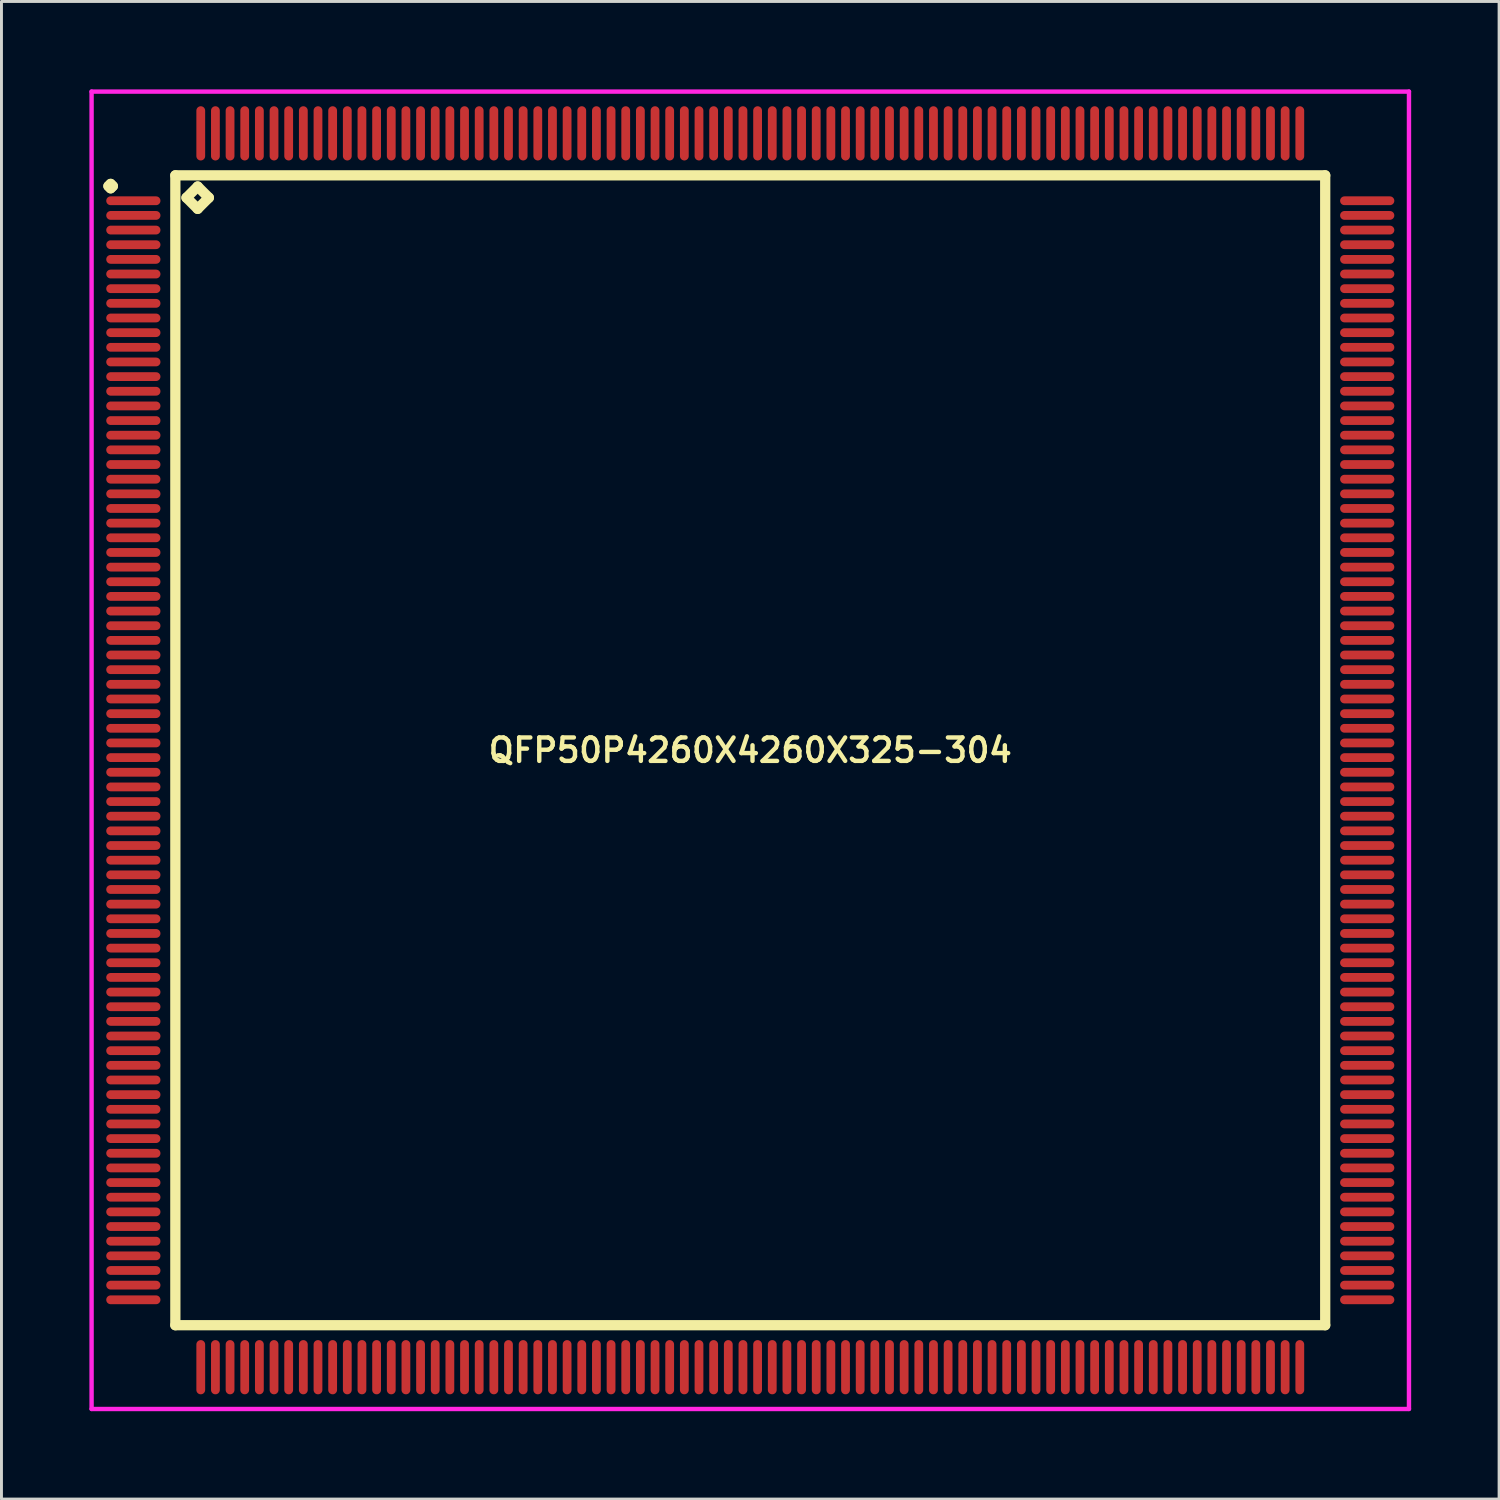
<source format=kicad_pcb>
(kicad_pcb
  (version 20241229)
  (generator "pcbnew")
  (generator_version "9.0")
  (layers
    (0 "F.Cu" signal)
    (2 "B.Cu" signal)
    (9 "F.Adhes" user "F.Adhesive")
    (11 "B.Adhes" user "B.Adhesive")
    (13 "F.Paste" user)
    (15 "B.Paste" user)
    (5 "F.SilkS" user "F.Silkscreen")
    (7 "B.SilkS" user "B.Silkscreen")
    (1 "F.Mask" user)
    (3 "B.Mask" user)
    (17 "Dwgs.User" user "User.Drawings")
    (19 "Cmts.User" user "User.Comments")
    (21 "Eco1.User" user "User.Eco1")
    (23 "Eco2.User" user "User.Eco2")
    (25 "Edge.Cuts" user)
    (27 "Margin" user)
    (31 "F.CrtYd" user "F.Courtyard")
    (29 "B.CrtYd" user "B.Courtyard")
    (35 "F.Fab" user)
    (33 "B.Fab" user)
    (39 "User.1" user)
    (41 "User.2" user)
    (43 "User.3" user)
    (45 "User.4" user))
  (footprint "QFP50P4260X4260X325-304"
    (layer "F.Cu")
    (at 22.55 22.55)
    (property "Reference" "QFP50P4260X4260X325-304" (at 0 0 0) (layer "F.SilkS") (effects (font (size 0.8 0.8) (thickness 0.15))))
    (attr smd)
    (fp_line (start -21.9 -19.25) (end -21.825 -19.325) (stroke (width 0.35) (type solid)) (layer "F.SilkS"))
    (fp_line (start -21.825 -19.325) (end -21.75 -19.25) (stroke (width 0.35) (type solid)) (layer "F.SilkS"))
    (fp_line (start -21.825 -19.175) (end -21.9 -19.25) (stroke (width 0.35) (type solid)) (layer "F.SilkS"))
    (fp_line (start -21.75 -19.25) (end -21.825 -19.175) (stroke (width 0.35) (type solid)) (layer "F.SilkS"))
    (fp_line (start -19.617 -19.617) (end -19.617 19.617) (stroke (width 0.35) (type solid)) (layer "F.SilkS"))
    (fp_line (start -19.617 19.617) (end 19.617 19.617) (stroke (width 0.35) (type solid)) (layer "F.SilkS"))
    (fp_line (start -19.236 -18.855) (end -18.855 -19.236) (stroke (width 0.35) (type solid)) (layer "F.SilkS"))
    (fp_line (start -18.855 -19.236) (end -18.474 -18.855) (stroke (width 0.35) (type solid)) (layer "F.SilkS"))
    (fp_line (start -18.855 -18.474) (end -19.236 -18.855) (stroke (width 0.35) (type solid)) (layer "F.SilkS"))
    (fp_line (start -18.474 -18.855) (end -18.855 -18.474) (stroke (width 0.35) (type solid)) (layer "F.SilkS"))
    (fp_line (start 19.617 -19.617) (end -19.617 -19.617) (stroke (width 0.35) (type solid)) (layer "F.SilkS"))
    (fp_line (start 19.617 19.617) (end 19.617 -19.617) (stroke (width 0.35) (type solid)) (layer "F.SilkS"))
    (fp_line (start -22.475 -22.475) (end 22.475 -22.475) (stroke (width 0.15) (type solid)) (layer "F.CrtYd"))
    (fp_line (start -22.475 22.475) (end -22.475 -22.475) (stroke (width 0.15) (type solid)) (layer "F.CrtYd"))
    (fp_line (start 22.475 -22.475) (end 22.475 22.475) (stroke (width 0.15) (type solid)) (layer "F.CrtYd"))
    (fp_line (start 22.475 22.475) (end -22.475 22.475) (stroke (width 0.15) (type solid)) (layer "F.CrtYd"))
    (pad "1" smd oval (at -21.05 -18.75) (size 1.85 0.3) (layers "F.Cu" "F.Mask" "F.Paste"))
    (pad "2" smd oval (at -21.05 -18.25) (size 1.85 0.3) (layers "F.Cu" "F.Mask" "F.Paste"))
    (pad "3" smd oval (at -21.05 -17.75) (size 1.85 0.3) (layers "F.Cu" "F.Mask" "F.Paste"))
    (pad "4" smd oval (at -21.05 -17.25) (size 1.85 0.3) (layers "F.Cu" "F.Mask" "F.Paste"))
    (pad "5" smd oval (at -21.05 -16.75) (size 1.85 0.3) (layers "F.Cu" "F.Mask" "F.Paste"))
    (pad "6" smd oval (at -21.05 -16.25) (size 1.85 0.3) (layers "F.Cu" "F.Mask" "F.Paste"))
    (pad "7" smd oval (at -21.05 -15.75) (size 1.85 0.3) (layers "F.Cu" "F.Mask" "F.Paste"))
    (pad "8" smd oval (at -21.05 -15.25) (size 1.85 0.3) (layers "F.Cu" "F.Mask" "F.Paste"))
    (pad "9" smd oval (at -21.05 -14.75) (size 1.85 0.3) (layers "F.Cu" "F.Mask" "F.Paste"))
    (pad "10" smd oval (at -21.05 -14.25) (size 1.85 0.3) (layers "F.Cu" "F.Mask" "F.Paste"))
    (pad "11" smd oval (at -21.05 -13.75) (size 1.85 0.3) (layers "F.Cu" "F.Mask" "F.Paste"))
    (pad "12" smd oval (at -21.05 -13.25) (size 1.85 0.3) (layers "F.Cu" "F.Mask" "F.Paste"))
    (pad "13" smd oval (at -21.05 -12.75) (size 1.85 0.3) (layers "F.Cu" "F.Mask" "F.Paste"))
    (pad "14" smd oval (at -21.05 -12.25) (size 1.85 0.3) (layers "F.Cu" "F.Mask" "F.Paste"))
    (pad "15" smd oval (at -21.05 -11.75) (size 1.85 0.3) (layers "F.Cu" "F.Mask" "F.Paste"))
    (pad "16" smd oval (at -21.05 -11.25) (size 1.85 0.3) (layers "F.Cu" "F.Mask" "F.Paste"))
    (pad "17" smd oval (at -21.05 -10.75) (size 1.85 0.3) (layers "F.Cu" "F.Mask" "F.Paste"))
    (pad "18" smd oval (at -21.05 -10.25) (size 1.85 0.3) (layers "F.Cu" "F.Mask" "F.Paste"))
    (pad "19" smd oval (at -21.05 -9.75) (size 1.85 0.3) (layers "F.Cu" "F.Mask" "F.Paste"))
    (pad "20" smd oval (at -21.05 -9.25) (size 1.85 0.3) (layers "F.Cu" "F.Mask" "F.Paste"))
    (pad "21" smd oval (at -21.05 -8.75) (size 1.85 0.3) (layers "F.Cu" "F.Mask" "F.Paste"))
    (pad "22" smd oval (at -21.05 -8.25) (size 1.85 0.3) (layers "F.Cu" "F.Mask" "F.Paste"))
    (pad "23" smd oval (at -21.05 -7.75) (size 1.85 0.3) (layers "F.Cu" "F.Mask" "F.Paste"))
    (pad "24" smd oval (at -21.05 -7.25) (size 1.85 0.3) (layers "F.Cu" "F.Mask" "F.Paste"))
    (pad "25" smd oval (at -21.05 -6.75) (size 1.85 0.3) (layers "F.Cu" "F.Mask" "F.Paste"))
    (pad "26" smd oval (at -21.05 -6.25) (size 1.85 0.3) (layers "F.Cu" "F.Mask" "F.Paste"))
    (pad "27" smd oval (at -21.05 -5.75) (size 1.85 0.3) (layers "F.Cu" "F.Mask" "F.Paste"))
    (pad "28" smd oval (at -21.05 -5.25) (size 1.85 0.3) (layers "F.Cu" "F.Mask" "F.Paste"))
    (pad "29" smd oval (at -21.05 -4.75) (size 1.85 0.3) (layers "F.Cu" "F.Mask" "F.Paste"))
    (pad "30" smd oval (at -21.05 -4.25) (size 1.85 0.3) (layers "F.Cu" "F.Mask" "F.Paste"))
    (pad "31" smd oval (at -21.05 -3.75) (size 1.85 0.3) (layers "F.Cu" "F.Mask" "F.Paste"))
    (pad "32" smd oval (at -21.05 -3.25) (size 1.85 0.3) (layers "F.Cu" "F.Mask" "F.Paste"))
    (pad "33" smd oval (at -21.05 -2.75) (size 1.85 0.3) (layers "F.Cu" "F.Mask" "F.Paste"))
    (pad "34" smd oval (at -21.05 -2.25) (size 1.85 0.3) (layers "F.Cu" "F.Mask" "F.Paste"))
    (pad "35" smd oval (at -21.05 -1.75) (size 1.85 0.3) (layers "F.Cu" "F.Mask" "F.Paste"))
    (pad "36" smd oval (at -21.05 -1.25) (size 1.85 0.3) (layers "F.Cu" "F.Mask" "F.Paste"))
    (pad "37" smd oval (at -21.05 -0.75) (size 1.85 0.3) (layers "F.Cu" "F.Mask" "F.Paste"))
    (pad "38" smd oval (at -21.05 -0.25) (size 1.85 0.3) (layers "F.Cu" "F.Mask" "F.Paste"))
    (pad "39" smd oval (at -21.05 0.25) (size 1.85 0.3) (layers "F.Cu" "F.Mask" "F.Paste"))
    (pad "40" smd oval (at -21.05 0.75) (size 1.85 0.3) (layers "F.Cu" "F.Mask" "F.Paste"))
    (pad "41" smd oval (at -21.05 1.25) (size 1.85 0.3) (layers "F.Cu" "F.Mask" "F.Paste"))
    (pad "42" smd oval (at -21.05 1.75) (size 1.85 0.3) (layers "F.Cu" "F.Mask" "F.Paste"))
    (pad "43" smd oval (at -21.05 2.25) (size 1.85 0.3) (layers "F.Cu" "F.Mask" "F.Paste"))
    (pad "44" smd oval (at -21.05 2.75) (size 1.85 0.3) (layers "F.Cu" "F.Mask" "F.Paste"))
    (pad "45" smd oval (at -21.05 3.25) (size 1.85 0.3) (layers "F.Cu" "F.Mask" "F.Paste"))
    (pad "46" smd oval (at -21.05 3.75) (size 1.85 0.3) (layers "F.Cu" "F.Mask" "F.Paste"))
    (pad "47" smd oval (at -21.05 4.25) (size 1.85 0.3) (layers "F.Cu" "F.Mask" "F.Paste"))
    (pad "48" smd oval (at -21.05 4.75) (size 1.85 0.3) (layers "F.Cu" "F.Mask" "F.Paste"))
    (pad "49" smd oval (at -21.05 5.25) (size 1.85 0.3) (layers "F.Cu" "F.Mask" "F.Paste"))
    (pad "50" smd oval (at -21.05 5.75) (size 1.85 0.3) (layers "F.Cu" "F.Mask" "F.Paste"))
    (pad "51" smd oval (at -21.05 6.25) (size 1.85 0.3) (layers "F.Cu" "F.Mask" "F.Paste"))
    (pad "52" smd oval (at -21.05 6.75) (size 1.85 0.3) (layers "F.Cu" "F.Mask" "F.Paste"))
    (pad "53" smd oval (at -21.05 7.25) (size 1.85 0.3) (layers "F.Cu" "F.Mask" "F.Paste"))
    (pad "54" smd oval (at -21.05 7.75) (size 1.85 0.3) (layers "F.Cu" "F.Mask" "F.Paste"))
    (pad "55" smd oval (at -21.05 8.25) (size 1.85 0.3) (layers "F.Cu" "F.Mask" "F.Paste"))
    (pad "56" smd oval (at -21.05 8.75) (size 1.85 0.3) (layers "F.Cu" "F.Mask" "F.Paste"))
    (pad "57" smd oval (at -21.05 9.25) (size 1.85 0.3) (layers "F.Cu" "F.Mask" "F.Paste"))
    (pad "58" smd oval (at -21.05 9.75) (size 1.85 0.3) (layers "F.Cu" "F.Mask" "F.Paste"))
    (pad "59" smd oval (at -21.05 10.25) (size 1.85 0.3) (layers "F.Cu" "F.Mask" "F.Paste"))
    (pad "60" smd oval (at -21.05 10.75) (size 1.85 0.3) (layers "F.Cu" "F.Mask" "F.Paste"))
    (pad "61" smd oval (at -21.05 11.25) (size 1.85 0.3) (layers "F.Cu" "F.Mask" "F.Paste"))
    (pad "62" smd oval (at -21.05 11.75) (size 1.85 0.3) (layers "F.Cu" "F.Mask" "F.Paste"))
    (pad "63" smd oval (at -21.05 12.25) (size 1.85 0.3) (layers "F.Cu" "F.Mask" "F.Paste"))
    (pad "64" smd oval (at -21.05 12.75) (size 1.85 0.3) (layers "F.Cu" "F.Mask" "F.Paste"))
    (pad "65" smd oval (at -21.05 13.25) (size 1.85 0.3) (layers "F.Cu" "F.Mask" "F.Paste"))
    (pad "66" smd oval (at -21.05 13.75) (size 1.85 0.3) (layers "F.Cu" "F.Mask" "F.Paste"))
    (pad "67" smd oval (at -21.05 14.25) (size 1.85 0.3) (layers "F.Cu" "F.Mask" "F.Paste"))
    (pad "68" smd oval (at -21.05 14.75) (size 1.85 0.3) (layers "F.Cu" "F.Mask" "F.Paste"))
    (pad "69" smd oval (at -21.05 15.25) (size 1.85 0.3) (layers "F.Cu" "F.Mask" "F.Paste"))
    (pad "70" smd oval (at -21.05 15.75) (size 1.85 0.3) (layers "F.Cu" "F.Mask" "F.Paste"))
    (pad "71" smd oval (at -21.05 16.25) (size 1.85 0.3) (layers "F.Cu" "F.Mask" "F.Paste"))
    (pad "72" smd oval (at -21.05 16.75) (size 1.85 0.3) (layers "F.Cu" "F.Mask" "F.Paste"))
    (pad "73" smd oval (at -21.05 17.25) (size 1.85 0.3) (layers "F.Cu" "F.Mask" "F.Paste"))
    (pad "74" smd oval (at -21.05 17.75) (size 1.85 0.3) (layers "F.Cu" "F.Mask" "F.Paste"))
    (pad "75" smd oval (at -21.05 18.25) (size 1.85 0.3) (layers "F.Cu" "F.Mask" "F.Paste"))
    (pad "76" smd oval (at -21.05 18.75) (size 1.85 0.3) (layers "F.Cu" "F.Mask" "F.Paste"))
    (pad "77" smd oval (at -18.75 21.05) (size 0.3 1.85) (layers "F.Cu" "F.Mask" "F.Paste"))
    (pad "78" smd oval (at -18.25 21.05) (size 0.3 1.85) (layers "F.Cu" "F.Mask" "F.Paste"))
    (pad "79" smd oval (at -17.75 21.05) (size 0.3 1.85) (layers "F.Cu" "F.Mask" "F.Paste"))
    (pad "80" smd oval (at -17.25 21.05) (size 0.3 1.85) (layers "F.Cu" "F.Mask" "F.Paste"))
    (pad "81" smd oval (at -16.75 21.05) (size 0.3 1.85) (layers "F.Cu" "F.Mask" "F.Paste"))
    (pad "82" smd oval (at -16.25 21.05) (size 0.3 1.85) (layers "F.Cu" "F.Mask" "F.Paste"))
    (pad "83" smd oval (at -15.75 21.05) (size 0.3 1.85) (layers "F.Cu" "F.Mask" "F.Paste"))
    (pad "84" smd oval (at -15.25 21.05) (size 0.3 1.85) (layers "F.Cu" "F.Mask" "F.Paste"))
    (pad "85" smd oval (at -14.75 21.05) (size 0.3 1.85) (layers "F.Cu" "F.Mask" "F.Paste"))
    (pad "86" smd oval (at -14.25 21.05) (size 0.3 1.85) (layers "F.Cu" "F.Mask" "F.Paste"))
    (pad "87" smd oval (at -13.75 21.05) (size 0.3 1.85) (layers "F.Cu" "F.Mask" "F.Paste"))
    (pad "88" smd oval (at -13.25 21.05) (size 0.3 1.85) (layers "F.Cu" "F.Mask" "F.Paste"))
    (pad "89" smd oval (at -12.75 21.05) (size 0.3 1.85) (layers "F.Cu" "F.Mask" "F.Paste"))
    (pad "90" smd oval (at -12.25 21.05) (size 0.3 1.85) (layers "F.Cu" "F.Mask" "F.Paste"))
    (pad "91" smd oval (at -11.75 21.05) (size 0.3 1.85) (layers "F.Cu" "F.Mask" "F.Paste"))
    (pad "92" smd oval (at -11.25 21.05) (size 0.3 1.85) (layers "F.Cu" "F.Mask" "F.Paste"))
    (pad "93" smd oval (at -10.75 21.05) (size 0.3 1.85) (layers "F.Cu" "F.Mask" "F.Paste"))
    (pad "94" smd oval (at -10.25 21.05) (size 0.3 1.85) (layers "F.Cu" "F.Mask" "F.Paste"))
    (pad "95" smd oval (at -9.75 21.05) (size 0.3 1.85) (layers "F.Cu" "F.Mask" "F.Paste"))
    (pad "96" smd oval (at -9.25 21.05) (size 0.3 1.85) (layers "F.Cu" "F.Mask" "F.Paste"))
    (pad "97" smd oval (at -8.75 21.05) (size 0.3 1.85) (layers "F.Cu" "F.Mask" "F.Paste"))
    (pad "98" smd oval (at -8.25 21.05) (size 0.3 1.85) (layers "F.Cu" "F.Mask" "F.Paste"))
    (pad "99" smd oval (at -7.75 21.05) (size 0.3 1.85) (layers "F.Cu" "F.Mask" "F.Paste"))
    (pad "100" smd oval (at -7.25 21.05) (size 0.3 1.85) (layers "F.Cu" "F.Mask" "F.Paste"))
    (pad "101" smd oval (at -6.75 21.05) (size 0.3 1.85) (layers "F.Cu" "F.Mask" "F.Paste"))
    (pad "102" smd oval (at -6.25 21.05) (size 0.3 1.85) (layers "F.Cu" "F.Mask" "F.Paste"))
    (pad "103" smd oval (at -5.75 21.05) (size 0.3 1.85) (layers "F.Cu" "F.Mask" "F.Paste"))
    (pad "104" smd oval (at -5.25 21.05) (size 0.3 1.85) (layers "F.Cu" "F.Mask" "F.Paste"))
    (pad "105" smd oval (at -4.75 21.05) (size 0.3 1.85) (layers "F.Cu" "F.Mask" "F.Paste"))
    (pad "106" smd oval (at -4.25 21.05) (size 0.3 1.85) (layers "F.Cu" "F.Mask" "F.Paste"))
    (pad "107" smd oval (at -3.75 21.05) (size 0.3 1.85) (layers "F.Cu" "F.Mask" "F.Paste"))
    (pad "108" smd oval (at -3.25 21.05) (size 0.3 1.85) (layers "F.Cu" "F.Mask" "F.Paste"))
    (pad "109" smd oval (at -2.75 21.05) (size 0.3 1.85) (layers "F.Cu" "F.Mask" "F.Paste"))
    (pad "110" smd oval (at -2.25 21.05) (size 0.3 1.85) (layers "F.Cu" "F.Mask" "F.Paste"))
    (pad "111" smd oval (at -1.75 21.05) (size 0.3 1.85) (layers "F.Cu" "F.Mask" "F.Paste"))
    (pad "112" smd oval (at -1.25 21.05) (size 0.3 1.85) (layers "F.Cu" "F.Mask" "F.Paste"))
    (pad "113" smd oval (at -0.75 21.05) (size 0.3 1.85) (layers "F.Cu" "F.Mask" "F.Paste"))
    (pad "114" smd oval (at -0.25 21.05) (size 0.3 1.85) (layers "F.Cu" "F.Mask" "F.Paste"))
    (pad "115" smd oval (at 0.25 21.05) (size 0.3 1.85) (layers "F.Cu" "F.Mask" "F.Paste"))
    (pad "116" smd oval (at 0.75 21.05) (size 0.3 1.85) (layers "F.Cu" "F.Mask" "F.Paste"))
    (pad "117" smd oval (at 1.25 21.05) (size 0.3 1.85) (layers "F.Cu" "F.Mask" "F.Paste"))
    (pad "118" smd oval (at 1.75 21.05) (size 0.3 1.85) (layers "F.Cu" "F.Mask" "F.Paste"))
    (pad "119" smd oval (at 2.25 21.05) (size 0.3 1.85) (layers "F.Cu" "F.Mask" "F.Paste"))
    (pad "120" smd oval (at 2.75 21.05) (size 0.3 1.85) (layers "F.Cu" "F.Mask" "F.Paste"))
    (pad "121" smd oval (at 3.25 21.05) (size 0.3 1.85) (layers "F.Cu" "F.Mask" "F.Paste"))
    (pad "122" smd oval (at 3.75 21.05) (size 0.3 1.85) (layers "F.Cu" "F.Mask" "F.Paste"))
    (pad "123" smd oval (at 4.25 21.05) (size 0.3 1.85) (layers "F.Cu" "F.Mask" "F.Paste"))
    (pad "124" smd oval (at 4.75 21.05) (size 0.3 1.85) (layers "F.Cu" "F.Mask" "F.Paste"))
    (pad "125" smd oval (at 5.25 21.05) (size 0.3 1.85) (layers "F.Cu" "F.Mask" "F.Paste"))
    (pad "126" smd oval (at 5.75 21.05) (size 0.3 1.85) (layers "F.Cu" "F.Mask" "F.Paste"))
    (pad "127" smd oval (at 6.25 21.05) (size 0.3 1.85) (layers "F.Cu" "F.Mask" "F.Paste"))
    (pad "128" smd oval (at 6.75 21.05) (size 0.3 1.85) (layers "F.Cu" "F.Mask" "F.Paste"))
    (pad "129" smd oval (at 7.25 21.05) (size 0.3 1.85) (layers "F.Cu" "F.Mask" "F.Paste"))
    (pad "130" smd oval (at 7.75 21.05) (size 0.3 1.85) (layers "F.Cu" "F.Mask" "F.Paste"))
    (pad "131" smd oval (at 8.25 21.05) (size 0.3 1.85) (layers "F.Cu" "F.Mask" "F.Paste"))
    (pad "132" smd oval (at 8.75 21.05) (size 0.3 1.85) (layers "F.Cu" "F.Mask" "F.Paste"))
    (pad "133" smd oval (at 9.25 21.05) (size 0.3 1.85) (layers "F.Cu" "F.Mask" "F.Paste"))
    (pad "134" smd oval (at 9.75 21.05) (size 0.3 1.85) (layers "F.Cu" "F.Mask" "F.Paste"))
    (pad "135" smd oval (at 10.25 21.05) (size 0.3 1.85) (layers "F.Cu" "F.Mask" "F.Paste"))
    (pad "136" smd oval (at 10.75 21.05) (size 0.3 1.85) (layers "F.Cu" "F.Mask" "F.Paste"))
    (pad "137" smd oval (at 11.25 21.05) (size 0.3 1.85) (layers "F.Cu" "F.Mask" "F.Paste"))
    (pad "138" smd oval (at 11.75 21.05) (size 0.3 1.85) (layers "F.Cu" "F.Mask" "F.Paste"))
    (pad "139" smd oval (at 12.25 21.05) (size 0.3 1.85) (layers "F.Cu" "F.Mask" "F.Paste"))
    (pad "140" smd oval (at 12.75 21.05) (size 0.3 1.85) (layers "F.Cu" "F.Mask" "F.Paste"))
    (pad "141" smd oval (at 13.25 21.05) (size 0.3 1.85) (layers "F.Cu" "F.Mask" "F.Paste"))
    (pad "142" smd oval (at 13.75 21.05) (size 0.3 1.85) (layers "F.Cu" "F.Mask" "F.Paste"))
    (pad "143" smd oval (at 14.25 21.05) (size 0.3 1.85) (layers "F.Cu" "F.Mask" "F.Paste"))
    (pad "144" smd oval (at 14.75 21.05) (size 0.3 1.85) (layers "F.Cu" "F.Mask" "F.Paste"))
    (pad "145" smd oval (at 15.25 21.05) (size 0.3 1.85) (layers "F.Cu" "F.Mask" "F.Paste"))
    (pad "146" smd oval (at 15.75 21.05) (size 0.3 1.85) (layers "F.Cu" "F.Mask" "F.Paste"))
    (pad "147" smd oval (at 16.25 21.05) (size 0.3 1.85) (layers "F.Cu" "F.Mask" "F.Paste"))
    (pad "148" smd oval (at 16.75 21.05) (size 0.3 1.85) (layers "F.Cu" "F.Mask" "F.Paste"))
    (pad "149" smd oval (at 17.25 21.05) (size 0.3 1.85) (layers "F.Cu" "F.Mask" "F.Paste"))
    (pad "150" smd oval (at 17.75 21.05) (size 0.3 1.85) (layers "F.Cu" "F.Mask" "F.Paste"))
    (pad "151" smd oval (at 18.25 21.05) (size 0.3 1.85) (layers "F.Cu" "F.Mask" "F.Paste"))
    (pad "152" smd oval (at 18.75 21.05) (size 0.3 1.85) (layers "F.Cu" "F.Mask" "F.Paste"))
    (pad "153" smd oval (at 21.05 18.75) (size 1.85 0.3) (layers "F.Cu" "F.Mask" "F.Paste"))
    (pad "154" smd oval (at 21.05 18.25) (size 1.85 0.3) (layers "F.Cu" "F.Mask" "F.Paste"))
    (pad "155" smd oval (at 21.05 17.75) (size 1.85 0.3) (layers "F.Cu" "F.Mask" "F.Paste"))
    (pad "156" smd oval (at 21.05 17.25) (size 1.85 0.3) (layers "F.Cu" "F.Mask" "F.Paste"))
    (pad "157" smd oval (at 21.05 16.75) (size 1.85 0.3) (layers "F.Cu" "F.Mask" "F.Paste"))
    (pad "158" smd oval (at 21.05 16.25) (size 1.85 0.3) (layers "F.Cu" "F.Mask" "F.Paste"))
    (pad "159" smd oval (at 21.05 15.75) (size 1.85 0.3) (layers "F.Cu" "F.Mask" "F.Paste"))
    (pad "160" smd oval (at 21.05 15.25) (size 1.85 0.3) (layers "F.Cu" "F.Mask" "F.Paste"))
    (pad "161" smd oval (at 21.05 14.75) (size 1.85 0.3) (layers "F.Cu" "F.Mask" "F.Paste"))
    (pad "162" smd oval (at 21.05 14.25) (size 1.85 0.3) (layers "F.Cu" "F.Mask" "F.Paste"))
    (pad "163" smd oval (at 21.05 13.75) (size 1.85 0.3) (layers "F.Cu" "F.Mask" "F.Paste"))
    (pad "164" smd oval (at 21.05 13.25) (size 1.85 0.3) (layers "F.Cu" "F.Mask" "F.Paste"))
    (pad "165" smd oval (at 21.05 12.75) (size 1.85 0.3) (layers "F.Cu" "F.Mask" "F.Paste"))
    (pad "166" smd oval (at 21.05 12.25) (size 1.85 0.3) (layers "F.Cu" "F.Mask" "F.Paste"))
    (pad "167" smd oval (at 21.05 11.75) (size 1.85 0.3) (layers "F.Cu" "F.Mask" "F.Paste"))
    (pad "168" smd oval (at 21.05 11.25) (size 1.85 0.3) (layers "F.Cu" "F.Mask" "F.Paste"))
    (pad "169" smd oval (at 21.05 10.75) (size 1.85 0.3) (layers "F.Cu" "F.Mask" "F.Paste"))
    (pad "170" smd oval (at 21.05 10.25) (size 1.85 0.3) (layers "F.Cu" "F.Mask" "F.Paste"))
    (pad "171" smd oval (at 21.05 9.75) (size 1.85 0.3) (layers "F.Cu" "F.Mask" "F.Paste"))
    (pad "172" smd oval (at 21.05 9.25) (size 1.85 0.3) (layers "F.Cu" "F.Mask" "F.Paste"))
    (pad "173" smd oval (at 21.05 8.75) (size 1.85 0.3) (layers "F.Cu" "F.Mask" "F.Paste"))
    (pad "174" smd oval (at 21.05 8.25) (size 1.85 0.3) (layers "F.Cu" "F.Mask" "F.Paste"))
    (pad "175" smd oval (at 21.05 7.75) (size 1.85 0.3) (layers "F.Cu" "F.Mask" "F.Paste"))
    (pad "176" smd oval (at 21.05 7.25) (size 1.85 0.3) (layers "F.Cu" "F.Mask" "F.Paste"))
    (pad "177" smd oval (at 21.05 6.75) (size 1.85 0.3) (layers "F.Cu" "F.Mask" "F.Paste"))
    (pad "178" smd oval (at 21.05 6.25) (size 1.85 0.3) (layers "F.Cu" "F.Mask" "F.Paste"))
    (pad "179" smd oval (at 21.05 5.75) (size 1.85 0.3) (layers "F.Cu" "F.Mask" "F.Paste"))
    (pad "180" smd oval (at 21.05 5.25) (size 1.85 0.3) (layers "F.Cu" "F.Mask" "F.Paste"))
    (pad "181" smd oval (at 21.05 4.75) (size 1.85 0.3) (layers "F.Cu" "F.Mask" "F.Paste"))
    (pad "182" smd oval (at 21.05 4.25) (size 1.85 0.3) (layers "F.Cu" "F.Mask" "F.Paste"))
    (pad "183" smd oval (at 21.05 3.75) (size 1.85 0.3) (layers "F.Cu" "F.Mask" "F.Paste"))
    (pad "184" smd oval (at 21.05 3.25) (size 1.85 0.3) (layers "F.Cu" "F.Mask" "F.Paste"))
    (pad "185" smd oval (at 21.05 2.75) (size 1.85 0.3) (layers "F.Cu" "F.Mask" "F.Paste"))
    (pad "186" smd oval (at 21.05 2.25) (size 1.85 0.3) (layers "F.Cu" "F.Mask" "F.Paste"))
    (pad "187" smd oval (at 21.05 1.75) (size 1.85 0.3) (layers "F.Cu" "F.Mask" "F.Paste"))
    (pad "188" smd oval (at 21.05 1.25) (size 1.85 0.3) (layers "F.Cu" "F.Mask" "F.Paste"))
    (pad "189" smd oval (at 21.05 0.75) (size 1.85 0.3) (layers "F.Cu" "F.Mask" "F.Paste"))
    (pad "190" smd oval (at 21.05 0.25) (size 1.85 0.3) (layers "F.Cu" "F.Mask" "F.Paste"))
    (pad "191" smd oval (at 21.05 -0.25) (size 1.85 0.3) (layers "F.Cu" "F.Mask" "F.Paste"))
    (pad "192" smd oval (at 21.05 -0.75) (size 1.85 0.3) (layers "F.Cu" "F.Mask" "F.Paste"))
    (pad "193" smd oval (at 21.05 -1.25) (size 1.85 0.3) (layers "F.Cu" "F.Mask" "F.Paste"))
    (pad "194" smd oval (at 21.05 -1.75) (size 1.85 0.3) (layers "F.Cu" "F.Mask" "F.Paste"))
    (pad "195" smd oval (at 21.05 -2.25) (size 1.85 0.3) (layers "F.Cu" "F.Mask" "F.Paste"))
    (pad "196" smd oval (at 21.05 -2.75) (size 1.85 0.3) (layers "F.Cu" "F.Mask" "F.Paste"))
    (pad "197" smd oval (at 21.05 -3.25) (size 1.85 0.3) (layers "F.Cu" "F.Mask" "F.Paste"))
    (pad "198" smd oval (at 21.05 -3.75) (size 1.85 0.3) (layers "F.Cu" "F.Mask" "F.Paste"))
    (pad "199" smd oval (at 21.05 -4.25) (size 1.85 0.3) (layers "F.Cu" "F.Mask" "F.Paste"))
    (pad "200" smd oval (at 21.05 -4.75) (size 1.85 0.3) (layers "F.Cu" "F.Mask" "F.Paste"))
    (pad "201" smd oval (at 21.05 -5.25) (size 1.85 0.3) (layers "F.Cu" "F.Mask" "F.Paste"))
    (pad "202" smd oval (at 21.05 -5.75) (size 1.85 0.3) (layers "F.Cu" "F.Mask" "F.Paste"))
    (pad "203" smd oval (at 21.05 -6.25) (size 1.85 0.3) (layers "F.Cu" "F.Mask" "F.Paste"))
    (pad "204" smd oval (at 21.05 -6.75) (size 1.85 0.3) (layers "F.Cu" "F.Mask" "F.Paste"))
    (pad "205" smd oval (at 21.05 -7.25) (size 1.85 0.3) (layers "F.Cu" "F.Mask" "F.Paste"))
    (pad "206" smd oval (at 21.05 -7.75) (size 1.85 0.3) (layers "F.Cu" "F.Mask" "F.Paste"))
    (pad "207" smd oval (at 21.05 -8.25) (size 1.85 0.3) (layers "F.Cu" "F.Mask" "F.Paste"))
    (pad "208" smd oval (at 21.05 -8.75) (size 1.85 0.3) (layers "F.Cu" "F.Mask" "F.Paste"))
    (pad "209" smd oval (at 21.05 -9.25) (size 1.85 0.3) (layers "F.Cu" "F.Mask" "F.Paste"))
    (pad "210" smd oval (at 21.05 -9.75) (size 1.85 0.3) (layers "F.Cu" "F.Mask" "F.Paste"))
    (pad "211" smd oval (at 21.05 -10.25) (size 1.85 0.3) (layers "F.Cu" "F.Mask" "F.Paste"))
    (pad "212" smd oval (at 21.05 -10.75) (size 1.85 0.3) (layers "F.Cu" "F.Mask" "F.Paste"))
    (pad "213" smd oval (at 21.05 -11.25) (size 1.85 0.3) (layers "F.Cu" "F.Mask" "F.Paste"))
    (pad "214" smd oval (at 21.05 -11.75) (size 1.85 0.3) (layers "F.Cu" "F.Mask" "F.Paste"))
    (pad "215" smd oval (at 21.05 -12.25) (size 1.85 0.3) (layers "F.Cu" "F.Mask" "F.Paste"))
    (pad "216" smd oval (at 21.05 -12.75) (size 1.85 0.3) (layers "F.Cu" "F.Mask" "F.Paste"))
    (pad "217" smd oval (at 21.05 -13.25) (size 1.85 0.3) (layers "F.Cu" "F.Mask" "F.Paste"))
    (pad "218" smd oval (at 21.05 -13.75) (size 1.85 0.3) (layers "F.Cu" "F.Mask" "F.Paste"))
    (pad "219" smd oval (at 21.05 -14.25) (size 1.85 0.3) (layers "F.Cu" "F.Mask" "F.Paste"))
    (pad "220" smd oval (at 21.05 -14.75) (size 1.85 0.3) (layers "F.Cu" "F.Mask" "F.Paste"))
    (pad "221" smd oval (at 21.05 -15.25) (size 1.85 0.3) (layers "F.Cu" "F.Mask" "F.Paste"))
    (pad "222" smd oval (at 21.05 -15.75) (size 1.85 0.3) (layers "F.Cu" "F.Mask" "F.Paste"))
    (pad "223" smd oval (at 21.05 -16.25) (size 1.85 0.3) (layers "F.Cu" "F.Mask" "F.Paste"))
    (pad "224" smd oval (at 21.05 -16.75) (size 1.85 0.3) (layers "F.Cu" "F.Mask" "F.Paste"))
    (pad "225" smd oval (at 21.05 -17.25) (size 1.85 0.3) (layers "F.Cu" "F.Mask" "F.Paste"))
    (pad "226" smd oval (at 21.05 -17.75) (size 1.85 0.3) (layers "F.Cu" "F.Mask" "F.Paste"))
    (pad "227" smd oval (at 21.05 -18.25) (size 1.85 0.3) (layers "F.Cu" "F.Mask" "F.Paste"))
    (pad "228" smd oval (at 21.05 -18.75) (size 1.85 0.3) (layers "F.Cu" "F.Mask" "F.Paste"))
    (pad "229" smd oval (at 18.75 -21.05) (size 0.3 1.85) (layers "F.Cu" "F.Mask" "F.Paste"))
    (pad "230" smd oval (at 18.25 -21.05) (size 0.3 1.85) (layers "F.Cu" "F.Mask" "F.Paste"))
    (pad "231" smd oval (at 17.75 -21.05) (size 0.3 1.85) (layers "F.Cu" "F.Mask" "F.Paste"))
    (pad "232" smd oval (at 17.25 -21.05) (size 0.3 1.85) (layers "F.Cu" "F.Mask" "F.Paste"))
    (pad "233" smd oval (at 16.75 -21.05) (size 0.3 1.85) (layers "F.Cu" "F.Mask" "F.Paste"))
    (pad "234" smd oval (at 16.25 -21.05) (size 0.3 1.85) (layers "F.Cu" "F.Mask" "F.Paste"))
    (pad "235" smd oval (at 15.75 -21.05) (size 0.3 1.85) (layers "F.Cu" "F.Mask" "F.Paste"))
    (pad "236" smd oval (at 15.25 -21.05) (size 0.3 1.85) (layers "F.Cu" "F.Mask" "F.Paste"))
    (pad "237" smd oval (at 14.75 -21.05) (size 0.3 1.85) (layers "F.Cu" "F.Mask" "F.Paste"))
    (pad "238" smd oval (at 14.25 -21.05) (size 0.3 1.85) (layers "F.Cu" "F.Mask" "F.Paste"))
    (pad "239" smd oval (at 13.75 -21.05) (size 0.3 1.85) (layers "F.Cu" "F.Mask" "F.Paste"))
    (pad "240" smd oval (at 13.25 -21.05) (size 0.3 1.85) (layers "F.Cu" "F.Mask" "F.Paste"))
    (pad "241" smd oval (at 12.75 -21.05) (size 0.3 1.85) (layers "F.Cu" "F.Mask" "F.Paste"))
    (pad "242" smd oval (at 12.25 -21.05) (size 0.3 1.85) (layers "F.Cu" "F.Mask" "F.Paste"))
    (pad "243" smd oval (at 11.75 -21.05) (size 0.3 1.85) (layers "F.Cu" "F.Mask" "F.Paste"))
    (pad "244" smd oval (at 11.25 -21.05) (size 0.3 1.85) (layers "F.Cu" "F.Mask" "F.Paste"))
    (pad "245" smd oval (at 10.75 -21.05) (size 0.3 1.85) (layers "F.Cu" "F.Mask" "F.Paste"))
    (pad "246" smd oval (at 10.25 -21.05) (size 0.3 1.85) (layers "F.Cu" "F.Mask" "F.Paste"))
    (pad "247" smd oval (at 9.75 -21.05) (size 0.3 1.85) (layers "F.Cu" "F.Mask" "F.Paste"))
    (pad "248" smd oval (at 9.25 -21.05) (size 0.3 1.85) (layers "F.Cu" "F.Mask" "F.Paste"))
    (pad "249" smd oval (at 8.75 -21.05) (size 0.3 1.85) (layers "F.Cu" "F.Mask" "F.Paste"))
    (pad "250" smd oval (at 8.25 -21.05) (size 0.3 1.85) (layers "F.Cu" "F.Mask" "F.Paste"))
    (pad "251" smd oval (at 7.75 -21.05) (size 0.3 1.85) (layers "F.Cu" "F.Mask" "F.Paste"))
    (pad "252" smd oval (at 7.25 -21.05) (size 0.3 1.85) (layers "F.Cu" "F.Mask" "F.Paste"))
    (pad "253" smd oval (at 6.75 -21.05) (size 0.3 1.85) (layers "F.Cu" "F.Mask" "F.Paste"))
    (pad "254" smd oval (at 6.25 -21.05) (size 0.3 1.85) (layers "F.Cu" "F.Mask" "F.Paste"))
    (pad "255" smd oval (at 5.75 -21.05) (size 0.3 1.85) (layers "F.Cu" "F.Mask" "F.Paste"))
    (pad "256" smd oval (at 5.25 -21.05) (size 0.3 1.85) (layers "F.Cu" "F.Mask" "F.Paste"))
    (pad "257" smd oval (at 4.75 -21.05) (size 0.3 1.85) (layers "F.Cu" "F.Mask" "F.Paste"))
    (pad "258" smd oval (at 4.25 -21.05) (size 0.3 1.85) (layers "F.Cu" "F.Mask" "F.Paste"))
    (pad "259" smd oval (at 3.75 -21.05) (size 0.3 1.85) (layers "F.Cu" "F.Mask" "F.Paste"))
    (pad "260" smd oval (at 3.25 -21.05) (size 0.3 1.85) (layers "F.Cu" "F.Mask" "F.Paste"))
    (pad "261" smd oval (at 2.75 -21.05) (size 0.3 1.85) (layers "F.Cu" "F.Mask" "F.Paste"))
    (pad "262" smd oval (at 2.25 -21.05) (size 0.3 1.85) (layers "F.Cu" "F.Mask" "F.Paste"))
    (pad "263" smd oval (at 1.75 -21.05) (size 0.3 1.85) (layers "F.Cu" "F.Mask" "F.Paste"))
    (pad "264" smd oval (at 1.25 -21.05) (size 0.3 1.85) (layers "F.Cu" "F.Mask" "F.Paste"))
    (pad "265" smd oval (at 0.75 -21.05) (size 0.3 1.85) (layers "F.Cu" "F.Mask" "F.Paste"))
    (pad "266" smd oval (at 0.25 -21.05) (size 0.3 1.85) (layers "F.Cu" "F.Mask" "F.Paste"))
    (pad "267" smd oval (at -0.25 -21.05) (size 0.3 1.85) (layers "F.Cu" "F.Mask" "F.Paste"))
    (pad "268" smd oval (at -0.75 -21.05) (size 0.3 1.85) (layers "F.Cu" "F.Mask" "F.Paste"))
    (pad "269" smd oval (at -1.25 -21.05) (size 0.3 1.85) (layers "F.Cu" "F.Mask" "F.Paste"))
    (pad "270" smd oval (at -1.75 -21.05) (size 0.3 1.85) (layers "F.Cu" "F.Mask" "F.Paste"))
    (pad "271" smd oval (at -2.25 -21.05) (size 0.3 1.85) (layers "F.Cu" "F.Mask" "F.Paste"))
    (pad "272" smd oval (at -2.75 -21.05) (size 0.3 1.85) (layers "F.Cu" "F.Mask" "F.Paste"))
    (pad "273" smd oval (at -3.25 -21.05) (size 0.3 1.85) (layers "F.Cu" "F.Mask" "F.Paste"))
    (pad "274" smd oval (at -3.75 -21.05) (size 0.3 1.85) (layers "F.Cu" "F.Mask" "F.Paste"))
    (pad "275" smd oval (at -4.25 -21.05) (size 0.3 1.85) (layers "F.Cu" "F.Mask" "F.Paste"))
    (pad "276" smd oval (at -4.75 -21.05) (size 0.3 1.85) (layers "F.Cu" "F.Mask" "F.Paste"))
    (pad "277" smd oval (at -5.25 -21.05) (size 0.3 1.85) (layers "F.Cu" "F.Mask" "F.Paste"))
    (pad "278" smd oval (at -5.75 -21.05) (size 0.3 1.85) (layers "F.Cu" "F.Mask" "F.Paste"))
    (pad "279" smd oval (at -6.25 -21.05) (size 0.3 1.85) (layers "F.Cu" "F.Mask" "F.Paste"))
    (pad "280" smd oval (at -6.75 -21.05) (size 0.3 1.85) (layers "F.Cu" "F.Mask" "F.Paste"))
    (pad "281" smd oval (at -7.25 -21.05) (size 0.3 1.85) (layers "F.Cu" "F.Mask" "F.Paste"))
    (pad "282" smd oval (at -7.75 -21.05) (size 0.3 1.85) (layers "F.Cu" "F.Mask" "F.Paste"))
    (pad "283" smd oval (at -8.25 -21.05) (size 0.3 1.85) (layers "F.Cu" "F.Mask" "F.Paste"))
    (pad "284" smd oval (at -8.75 -21.05) (size 0.3 1.85) (layers "F.Cu" "F.Mask" "F.Paste"))
    (pad "285" smd oval (at -9.25 -21.05) (size 0.3 1.85) (layers "F.Cu" "F.Mask" "F.Paste"))
    (pad "286" smd oval (at -9.75 -21.05) (size 0.3 1.85) (layers "F.Cu" "F.Mask" "F.Paste"))
    (pad "287" smd oval (at -10.25 -21.05) (size 0.3 1.85) (layers "F.Cu" "F.Mask" "F.Paste"))
    (pad "288" smd oval (at -10.75 -21.05) (size 0.3 1.85) (layers "F.Cu" "F.Mask" "F.Paste"))
    (pad "289" smd oval (at -11.25 -21.05) (size 0.3 1.85) (layers "F.Cu" "F.Mask" "F.Paste"))
    (pad "290" smd oval (at -11.75 -21.05) (size 0.3 1.85) (layers "F.Cu" "F.Mask" "F.Paste"))
    (pad "291" smd oval (at -12.25 -21.05) (size 0.3 1.85) (layers "F.Cu" "F.Mask" "F.Paste"))
    (pad "292" smd oval (at -12.75 -21.05) (size 0.3 1.85) (layers "F.Cu" "F.Mask" "F.Paste"))
    (pad "293" smd oval (at -13.25 -21.05) (size 0.3 1.85) (layers "F.Cu" "F.Mask" "F.Paste"))
    (pad "294" smd oval (at -13.75 -21.05) (size 0.3 1.85) (layers "F.Cu" "F.Mask" "F.Paste"))
    (pad "295" smd oval (at -14.25 -21.05) (size 0.3 1.85) (layers "F.Cu" "F.Mask" "F.Paste"))
    (pad "296" smd oval (at -14.75 -21.05) (size 0.3 1.85) (layers "F.Cu" "F.Mask" "F.Paste"))
    (pad "297" smd oval (at -15.25 -21.05) (size 0.3 1.85) (layers "F.Cu" "F.Mask" "F.Paste"))
    (pad "298" smd oval (at -15.75 -21.05) (size 0.3 1.85) (layers "F.Cu" "F.Mask" "F.Paste"))
    (pad "299" smd oval (at -16.25 -21.05) (size 0.3 1.85) (layers "F.Cu" "F.Mask" "F.Paste"))
    (pad "300" smd oval (at -16.75 -21.05) (size 0.3 1.85) (layers "F.Cu" "F.Mask" "F.Paste"))
    (pad "301" smd oval (at -17.25 -21.05) (size 0.3 1.85) (layers "F.Cu" "F.Mask" "F.Paste"))
    (pad "302" smd oval (at -17.75 -21.05) (size 0.3 1.85) (layers "F.Cu" "F.Mask" "F.Paste"))
    (pad "303" smd oval (at -18.25 -21.05) (size 0.3 1.85) (layers "F.Cu" "F.Mask" "F.Paste"))
    (pad "304" smd oval (at -18.75 -21.05) (size 0.3 1.85) (layers "F.Cu" "F.Mask" "F.Paste")))
  (gr_rect
    (start -3 -3)
    (end 48.1 48.1)
    (stroke (width 0.1) (type default))
    (fill no)
    (layer "Edge.Cuts")))
</source>
